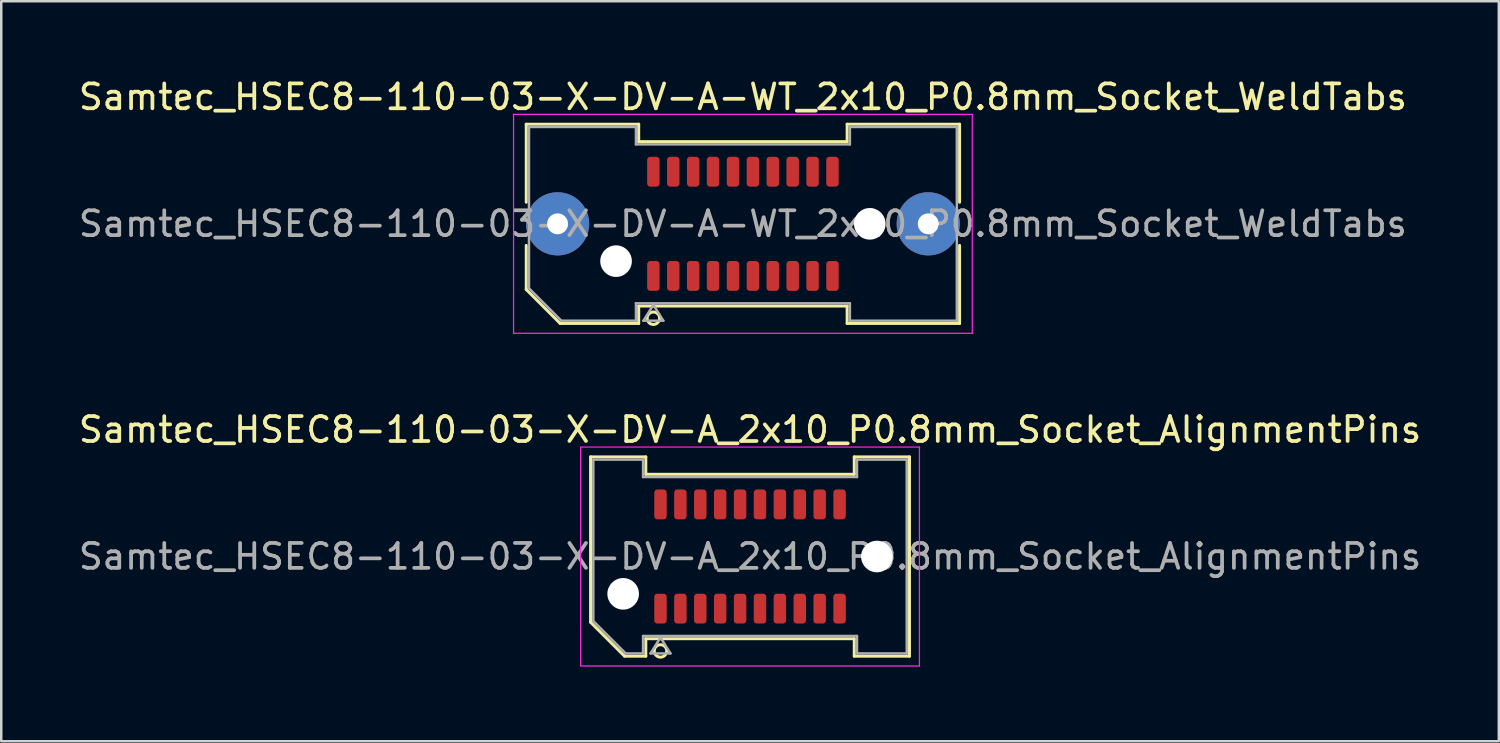
<source format=kicad_pcb>
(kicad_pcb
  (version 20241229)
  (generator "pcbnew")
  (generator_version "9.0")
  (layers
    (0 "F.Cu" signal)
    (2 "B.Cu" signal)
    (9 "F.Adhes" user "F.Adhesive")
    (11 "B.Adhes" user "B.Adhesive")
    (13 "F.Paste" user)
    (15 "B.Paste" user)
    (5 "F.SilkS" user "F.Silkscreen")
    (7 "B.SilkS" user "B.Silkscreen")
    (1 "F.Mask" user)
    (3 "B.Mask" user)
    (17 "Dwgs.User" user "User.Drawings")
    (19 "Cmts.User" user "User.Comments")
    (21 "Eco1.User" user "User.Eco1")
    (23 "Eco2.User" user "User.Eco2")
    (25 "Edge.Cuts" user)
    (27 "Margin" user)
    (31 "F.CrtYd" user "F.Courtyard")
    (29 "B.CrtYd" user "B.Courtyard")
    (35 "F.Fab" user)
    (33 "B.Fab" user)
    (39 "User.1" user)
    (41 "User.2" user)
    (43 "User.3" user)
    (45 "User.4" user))
  (footprint "Samtec_HSEC8-110-03-X-DV-A-WT_2x10_P0.8mm_Socket_WeldTabs"
    (layer "F.Cu")
    (at 26.815 5.948)
    (property "Reference" "Samtec_HSEC8-110-03-X-DV-A-WT_2x10_P0.8mm_Socket_WeldTabs" (at 0 -5.1 0) (layer "F.SilkS") (effects (font (size 1 1) (thickness 0.15))))
    (attr smd)
    (fp_line (start -8.71 -4.005) (end -4.19 -4.005) (stroke (width 0.12) (type solid)) (layer "F.SilkS"))
    (fp_line (start -8.71 -0.868) (end -8.71 -4.005) (stroke (width 0.12) (type solid)) (layer "F.SilkS"))
    (fp_line (start -8.71 2.641) (end -8.71 0.868) (stroke (width 0.12) (type solid)) (layer "F.SilkS"))
    (fp_line (start -7.346 4.005) (end -8.71 2.641) (stroke (width 0.12) (type solid)) (layer "F.SilkS"))
    (fp_line (start -4.19 -4.005) (end -4.19 -3.305) (stroke (width 0.12) (type solid)) (layer "F.SilkS"))
    (fp_line (start -4.19 -3.305) (end 4.19 -3.305) (stroke (width 0.12) (type solid)) (layer "F.SilkS"))
    (fp_line (start -4.19 3.305) (end -4.19 4.005) (stroke (width 0.12) (type solid)) (layer "F.SilkS"))
    (fp_line (start -4.19 4.005) (end -7.346 4.005) (stroke (width 0.12) (type solid)) (layer "F.SilkS"))
    (fp_line (start 4.19 -4.005) (end 8.71 -4.005) (stroke (width 0.12) (type solid)) (layer "F.SilkS"))
    (fp_line (start 4.19 -3.305) (end 4.19 -4.005) (stroke (width 0.12) (type solid)) (layer "F.SilkS"))
    (fp_line (start 4.19 3.305) (end -4.19 3.305) (stroke (width 0.12) (type solid)) (layer "F.SilkS"))
    (fp_line (start 4.19 4.005) (end 4.19 3.305) (stroke (width 0.12) (type solid)) (layer "F.SilkS"))
    (fp_line (start 8.71 -4.005) (end 8.71 -0.868) (stroke (width 0.12) (type solid)) (layer "F.SilkS"))
    (fp_line (start 8.71 0.868) (end 8.71 4.005) (stroke (width 0.12) (type solid)) (layer "F.SilkS"))
    (fp_line (start 8.71 4.005) (end 4.19 4.005) (stroke (width 0.12) (type solid)) (layer "F.SilkS"))
    (fp_arc (start -3.35 3.795) (mid -3.85 3.795) (end -3.35 3.795) (stroke (width 0.12) (type solid)) (layer "F.SilkS"))
    (fp_line (start -9.22 -4.4) (end -9.22 4.4) (stroke (width 0.05) (type solid)) (layer "F.CrtYd"))
    (fp_line (start -9.22 4.4) (end 9.22 4.4) (stroke (width 0.05) (type solid)) (layer "F.CrtYd"))
    (fp_line (start 9.22 -4.4) (end -9.22 -4.4) (stroke (width 0.05) (type solid)) (layer "F.CrtYd"))
    (fp_line (start 9.22 4.4) (end 9.22 -4.4) (stroke (width 0.05) (type solid)) (layer "F.CrtYd"))
    (fp_line (start -8.6 -3.895) (end -4.3 -3.895) (stroke (width 0.1) (type solid)) (layer "F.Fab"))
    (fp_line (start -8.6 2.595) (end -8.6 -3.895) (stroke (width 0.1) (type solid)) (layer "F.Fab"))
    (fp_line (start -7.3 3.895) (end -8.6 2.595) (stroke (width 0.1) (type solid)) (layer "F.Fab"))
    (fp_line (start -4.3 -3.895) (end -4.3 -3.195) (stroke (width 0.1) (type solid)) (layer "F.Fab"))
    (fp_line (start -4.3 -3.195) (end 4.3 -3.195) (stroke (width 0.1) (type solid)) (layer "F.Fab"))
    (fp_line (start -4.3 3.195) (end -4.3 3.895) (stroke (width 0.1) (type solid)) (layer "F.Fab"))
    (fp_line (start -4.3 3.895) (end -7.3 3.895) (stroke (width 0.1) (type solid)) (layer "F.Fab"))
    (fp_line (start -4 3.895) (end -3.6 3.255) (stroke (width 0.1) (type solid)) (layer "F.Fab"))
    (fp_line (start -3.6 3.255) (end -3.2 3.895) (stroke (width 0.1) (type solid)) (layer "F.Fab"))
    (fp_line (start -3.2 3.895) (end -4 3.895) (stroke (width 0.1) (type solid)) (layer "F.Fab"))
    (fp_line (start 4.3 -3.895) (end 8.6 -3.895) (stroke (width 0.1) (type solid)) (layer "F.Fab"))
    (fp_line (start 4.3 -3.195) (end 4.3 -3.895) (stroke (width 0.1) (type solid)) (layer "F.Fab"))
    (fp_line (start 4.3 3.195) (end -4.3 3.195) (stroke (width 0.1) (type solid)) (layer "F.Fab"))
    (fp_line (start 4.3 3.895) (end 4.3 3.195) (stroke (width 0.1) (type solid)) (layer "F.Fab"))
    (fp_line (start 8.6 -3.895) (end 8.6 3.895) (stroke (width 0.1) (type solid)) (layer "F.Fab"))
    (fp_line (start 8.6 3.895) (end 4.3 3.895) (stroke (width 0.1) (type solid)) (layer "F.Fab"))
    (fp_text user "${REFERENCE}" (at 0 0 0) (layer "F.Fab") (effects (font (size 1 1) (thickness 0.15))))
    (pad "" thru_hole circle (at -7.45 0) (size 2.54 2.54) (drill 0.84) (layers "*.Cu" "*.Mask" "F.Paste"))
    (pad "" np_thru_hole circle (at -5.1 1.5) (size 1.27 1.27) (drill 1.27) (layers "*.Cu" "*.Mask"))
    (pad "" np_thru_hole circle (at 5.1 0) (size 1.27 1.27) (drill 1.27) (layers "*.Cu" "*.Mask"))
    (pad "" thru_hole circle (at 7.45 0) (size 2.54 2.54) (drill 0.84) (layers "*.Cu" "*.Mask" "F.Paste"))
    (pad "1" smd roundrect (at -3.6 2.095) (size 0.5 1.2) (layers "F.Cu" "F.Mask" "F.Paste") (roundrect_rratio 0.25))
    (pad "2" smd roundrect (at -3.6 -2.095) (size 0.5 1.2) (layers "F.Cu" "F.Mask" "F.Paste") (roundrect_rratio 0.25))
    (pad "3" smd roundrect (at -2.8 2.095) (size 0.5 1.2) (layers "F.Cu" "F.Mask" "F.Paste") (roundrect_rratio 0.25))
    (pad "4" smd roundrect (at -2.8 -2.095) (size 0.5 1.2) (layers "F.Cu" "F.Mask" "F.Paste") (roundrect_rratio 0.25))
    (pad "5" smd roundrect (at -2 2.095) (size 0.5 1.2) (layers "F.Cu" "F.Mask" "F.Paste") (roundrect_rratio 0.25))
    (pad "6" smd roundrect (at -2 -2.095) (size 0.5 1.2) (layers "F.Cu" "F.Mask" "F.Paste") (roundrect_rratio 0.25))
    (pad "7" smd roundrect (at -1.2 2.095) (size 0.5 1.2) (layers "F.Cu" "F.Mask" "F.Paste") (roundrect_rratio 0.25))
    (pad "8" smd roundrect (at -1.2 -2.095) (size 0.5 1.2) (layers "F.Cu" "F.Mask" "F.Paste") (roundrect_rratio 0.25))
    (pad "9" smd roundrect (at -0.4 2.095) (size 0.5 1.2) (layers "F.Cu" "F.Mask" "F.Paste") (roundrect_rratio 0.25))
    (pad "10" smd roundrect (at -0.4 -2.095) (size 0.5 1.2) (layers "F.Cu" "F.Mask" "F.Paste") (roundrect_rratio 0.25))
    (pad "11" smd roundrect (at 0.4 2.095) (size 0.5 1.2) (layers "F.Cu" "F.Mask" "F.Paste") (roundrect_rratio 0.25))
    (pad "12" smd roundrect (at 0.4 -2.095) (size 0.5 1.2) (layers "F.Cu" "F.Mask" "F.Paste") (roundrect_rratio 0.25))
    (pad "13" smd roundrect (at 1.2 2.095) (size 0.5 1.2) (layers "F.Cu" "F.Mask" "F.Paste") (roundrect_rratio 0.25))
    (pad "14" smd roundrect (at 1.2 -2.095) (size 0.5 1.2) (layers "F.Cu" "F.Mask" "F.Paste") (roundrect_rratio 0.25))
    (pad "15" smd roundrect (at 2 2.095) (size 0.5 1.2) (layers "F.Cu" "F.Mask" "F.Paste") (roundrect_rratio 0.25))
    (pad "16" smd roundrect (at 2 -2.095) (size 0.5 1.2) (layers "F.Cu" "F.Mask" "F.Paste") (roundrect_rratio 0.25))
    (pad "17" smd roundrect (at 2.8 2.095) (size 0.5 1.2) (layers "F.Cu" "F.Mask" "F.Paste") (roundrect_rratio 0.25))
    (pad "18" smd roundrect (at 2.8 -2.095) (size 0.5 1.2) (layers "F.Cu" "F.Mask" "F.Paste") (roundrect_rratio 0.25))
    (pad "19" smd roundrect (at 3.6 2.095) (size 0.5 1.2) (layers "F.Cu" "F.Mask" "F.Paste") (roundrect_rratio 0.25))
    (pad "20" smd roundrect (at 3.6 -2.095) (size 0.5 1.2) (layers "F.Cu" "F.Mask" "F.Paste") (roundrect_rratio 0.25)))
  (footprint "Samtec_HSEC8-110-03-X-DV-A_2x10_P0.8mm_Socket_AlignmentPins"
    (layer "F.Cu")
    (at 27.101 19.322)
    (property "Reference" "Samtec_HSEC8-110-03-X-DV-A_2x10_P0.8mm_Socket_AlignmentPins" (at 0 -5.1 0) (layer "F.SilkS") (effects (font (size 1 1) (thickness 0.15))))
    (attr smd)
    (fp_line (start -6.41 -4.005) (end -4.19 -4.005) (stroke (width 0.12) (type solid)) (layer "F.SilkS"))
    (fp_line (start -6.41 2.641) (end -6.41 -4.005) (stroke (width 0.12) (type solid)) (layer "F.SilkS"))
    (fp_line (start -5.046 4.005) (end -6.41 2.641) (stroke (width 0.12) (type solid)) (layer "F.SilkS"))
    (fp_line (start -4.19 -4.005) (end -4.19 -3.305) (stroke (width 0.12) (type solid)) (layer "F.SilkS"))
    (fp_line (start -4.19 -3.305) (end 4.19 -3.305) (stroke (width 0.12) (type solid)) (layer "F.SilkS"))
    (fp_line (start -4.19 3.305) (end -4.19 4.005) (stroke (width 0.12) (type solid)) (layer "F.SilkS"))
    (fp_line (start -4.19 4.005) (end -5.046 4.005) (stroke (width 0.12) (type solid)) (layer "F.SilkS"))
    (fp_line (start 4.19 -4.005) (end 6.41 -4.005) (stroke (width 0.12) (type solid)) (layer "F.SilkS"))
    (fp_line (start 4.19 -3.305) (end 4.19 -4.005) (stroke (width 0.12) (type solid)) (layer "F.SilkS"))
    (fp_line (start 4.19 3.305) (end -4.19 3.305) (stroke (width 0.12) (type solid)) (layer "F.SilkS"))
    (fp_line (start 4.19 4.005) (end 4.19 3.305) (stroke (width 0.12) (type solid)) (layer "F.SilkS"))
    (fp_line (start 6.41 -4.005) (end 6.41 4.005) (stroke (width 0.12) (type solid)) (layer "F.SilkS"))
    (fp_line (start 6.41 4.005) (end 4.19 4.005) (stroke (width 0.12) (type solid)) (layer "F.SilkS"))
    (fp_arc (start -3.35 3.795) (mid -3.85 3.795) (end -3.35 3.795) (stroke (width 0.12) (type solid)) (layer "F.SilkS"))
    (fp_line (start -6.81 -4.4) (end -6.81 4.4) (stroke (width 0.05) (type solid)) (layer "F.CrtYd"))
    (fp_line (start -6.81 4.4) (end 6.81 4.4) (stroke (width 0.05) (type solid)) (layer "F.CrtYd"))
    (fp_line (start 6.81 -4.4) (end -6.81 -4.4) (stroke (width 0.05) (type solid)) (layer "F.CrtYd"))
    (fp_line (start 6.81 4.4) (end 6.81 -4.4) (stroke (width 0.05) (type solid)) (layer "F.CrtYd"))
    (fp_line (start -6.3 -3.895) (end -4.3 -3.895) (stroke (width 0.1) (type solid)) (layer "F.Fab"))
    (fp_line (start -6.3 2.595) (end -6.3 -3.895) (stroke (width 0.1) (type solid)) (layer "F.Fab"))
    (fp_line (start -5 3.895) (end -6.3 2.595) (stroke (width 0.1) (type solid)) (layer "F.Fab"))
    (fp_line (start -4.3 -3.895) (end -4.3 -3.195) (stroke (width 0.1) (type solid)) (layer "F.Fab"))
    (fp_line (start -4.3 -3.195) (end 4.3 -3.195) (stroke (width 0.1) (type solid)) (layer "F.Fab"))
    (fp_line (start -4.3 3.195) (end -4.3 3.895) (stroke (width 0.1) (type solid)) (layer "F.Fab"))
    (fp_line (start -4.3 3.895) (end -5 3.895) (stroke (width 0.1) (type solid)) (layer "F.Fab"))
    (fp_line (start -4 3.895) (end -3.6 3.255) (stroke (width 0.1) (type solid)) (layer "F.Fab"))
    (fp_line (start -3.6 3.255) (end -3.2 3.895) (stroke (width 0.1) (type solid)) (layer "F.Fab"))
    (fp_line (start -3.2 3.895) (end -4 3.895) (stroke (width 0.1) (type solid)) (layer "F.Fab"))
    (fp_line (start 4.3 -3.895) (end 6.3 -3.895) (stroke (width 0.1) (type solid)) (layer "F.Fab"))
    (fp_line (start 4.3 -3.195) (end 4.3 -3.895) (stroke (width 0.1) (type solid)) (layer "F.Fab"))
    (fp_line (start 4.3 3.195) (end -4.3 3.195) (stroke (width 0.1) (type solid)) (layer "F.Fab"))
    (fp_line (start 4.3 3.895) (end 4.3 3.195) (stroke (width 0.1) (type solid)) (layer "F.Fab"))
    (fp_line (start 6.3 -3.895) (end 6.3 3.895) (stroke (width 0.1) (type solid)) (layer "F.Fab"))
    (fp_line (start 6.3 3.895) (end 4.3 3.895) (stroke (width 0.1) (type solid)) (layer "F.Fab"))
    (fp_text user "${REFERENCE}" (at 0 0 0) (layer "F.Fab") (effects (font (size 1 1) (thickness 0.15))))
    (pad "" np_thru_hole circle (at -5.1 1.5) (size 1.27 1.27) (drill 1.27) (layers "*.Cu" "*.Mask"))
    (pad "" np_thru_hole circle (at 5.1 0) (size 1.27 1.27) (drill 1.27) (layers "*.Cu" "*.Mask"))
    (pad "1" smd roundrect (at -3.6 2.095) (size 0.5 1.2) (layers "F.Cu" "F.Mask" "F.Paste") (roundrect_rratio 0.25))
    (pad "2" smd roundrect (at -3.6 -2.095) (size 0.5 1.2) (layers "F.Cu" "F.Mask" "F.Paste") (roundrect_rratio 0.25))
    (pad "3" smd roundrect (at -2.8 2.095) (size 0.5 1.2) (layers "F.Cu" "F.Mask" "F.Paste") (roundrect_rratio 0.25))
    (pad "4" smd roundrect (at -2.8 -2.095) (size 0.5 1.2) (layers "F.Cu" "F.Mask" "F.Paste") (roundrect_rratio 0.25))
    (pad "5" smd roundrect (at -2 2.095) (size 0.5 1.2) (layers "F.Cu" "F.Mask" "F.Paste") (roundrect_rratio 0.25))
    (pad "6" smd roundrect (at -2 -2.095) (size 0.5 1.2) (layers "F.Cu" "F.Mask" "F.Paste") (roundrect_rratio 0.25))
    (pad "7" smd roundrect (at -1.2 2.095) (size 0.5 1.2) (layers "F.Cu" "F.Mask" "F.Paste") (roundrect_rratio 0.25))
    (pad "8" smd roundrect (at -1.2 -2.095) (size 0.5 1.2) (layers "F.Cu" "F.Mask" "F.Paste") (roundrect_rratio 0.25))
    (pad "9" smd roundrect (at -0.4 2.095) (size 0.5 1.2) (layers "F.Cu" "F.Mask" "F.Paste") (roundrect_rratio 0.25))
    (pad "10" smd roundrect (at -0.4 -2.095) (size 0.5 1.2) (layers "F.Cu" "F.Mask" "F.Paste") (roundrect_rratio 0.25))
    (pad "11" smd roundrect (at 0.4 2.095) (size 0.5 1.2) (layers "F.Cu" "F.Mask" "F.Paste") (roundrect_rratio 0.25))
    (pad "12" smd roundrect (at 0.4 -2.095) (size 0.5 1.2) (layers "F.Cu" "F.Mask" "F.Paste") (roundrect_rratio 0.25))
    (pad "13" smd roundrect (at 1.2 2.095) (size 0.5 1.2) (layers "F.Cu" "F.Mask" "F.Paste") (roundrect_rratio 0.25))
    (pad "14" smd roundrect (at 1.2 -2.095) (size 0.5 1.2) (layers "F.Cu" "F.Mask" "F.Paste") (roundrect_rratio 0.25))
    (pad "15" smd roundrect (at 2 2.095) (size 0.5 1.2) (layers "F.Cu" "F.Mask" "F.Paste") (roundrect_rratio 0.25))
    (pad "16" smd roundrect (at 2 -2.095) (size 0.5 1.2) (layers "F.Cu" "F.Mask" "F.Paste") (roundrect_rratio 0.25))
    (pad "17" smd roundrect (at 2.8 2.095) (size 0.5 1.2) (layers "F.Cu" "F.Mask" "F.Paste") (roundrect_rratio 0.25))
    (pad "18" smd roundrect (at 2.8 -2.095) (size 0.5 1.2) (layers "F.Cu" "F.Mask" "F.Paste") (roundrect_rratio 0.25))
    (pad "19" smd roundrect (at 3.6 2.095) (size 0.5 1.2) (layers "F.Cu" "F.Mask" "F.Paste") (roundrect_rratio 0.25))
    (pad "20" smd roundrect (at 3.6 -2.095) (size 0.5 1.2) (layers "F.Cu" "F.Mask" "F.Paste") (roundrect_rratio 0.25)))
  (gr_rect
    (start -3 -3)
    (end 57.202 26.747)
    (stroke (width 0.1) (type default))
    (fill no)
    (layer "Edge.Cuts")))
</source>
